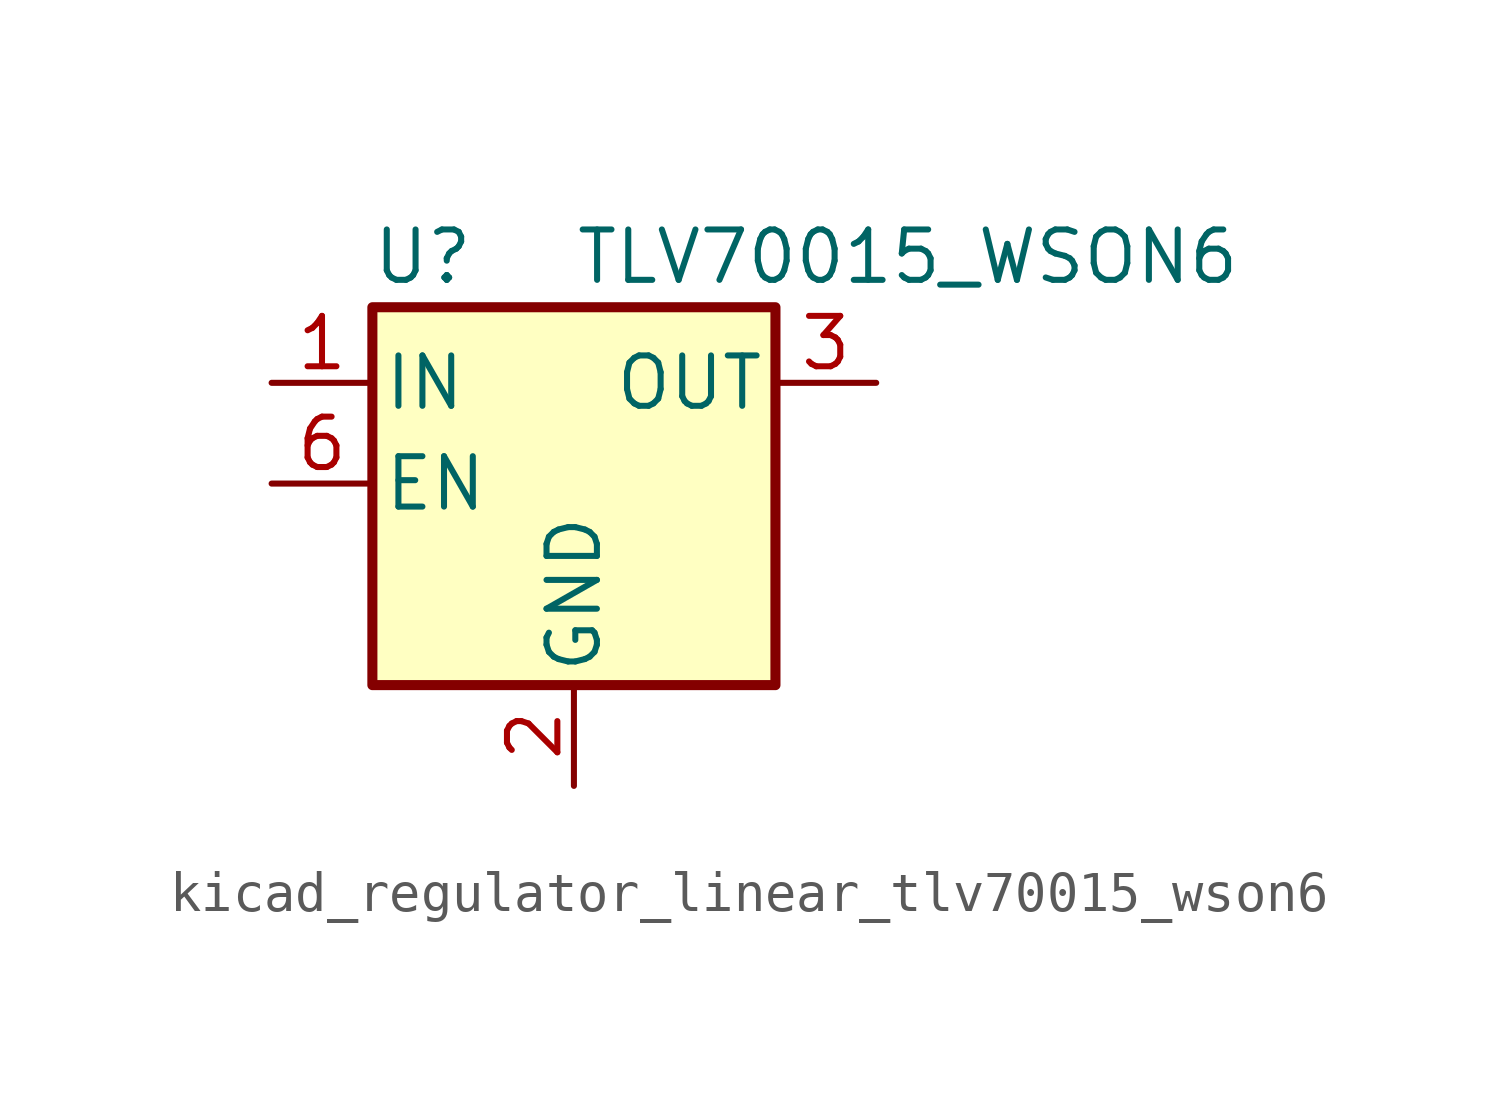
<source format=kicad_sym>
(kicad_symbol_lib
  (version 20220914)
  (generator kicad_symbol_editor)
  (symbol "kicad_regulator_linear_tlv70015_wson6"
    (pin_names
      (offset 0.254))
    (property "Reference" "U"
      (at -3.81 5.715 0)
      (effects (font (size 1.27 1.27))))
    (property "Value" "TLV70015_WSON6"
      (at 0 5.715 0)
      (effects (font (size 1.27 1.27)) (justify left)))
    (symbol "kicad_regulator_linear_tlv70015_wson6_0_1"
      (rectangle (start -5.08 4.445) (end 5.08 -5.08) (stroke (width 0.254) (type default)) (fill (type background))))
    (symbol "kicad_regulator_linear_tlv70015_wson6_1_1"
      (pin power_in line (at -7.62 2.54 0) (length 2.54) (name "IN" (effects (font (size 1.27 1.27)))) (number "1" (effects (font (size 1.27 1.27)))))
      (pin power_in line (at 0 -7.62 90) (length 2.54) (name "GND" (effects (font (size 1.27 1.27)))) (number "2" (effects (font (size 1.27 1.27)))))
      (pin power_out line (at 7.62 2.54 180) (length 2.54) (name "OUT" (effects (font (size 1.27 1.27)))) (number "3" (effects (font (size 1.27 1.27)))))
      (pin no_connect line (at 7.62 0 180) (length 2.54) hide (name "NC" (effects (font (size 1.27 1.27)))) (number "4" (effects (font (size 1.27 1.27)))))
      (pin no_connect line (at -2.54 -5.08 90) (length 2.54) hide (name "NC" (effects (font (size 1.27 1.27)))) (number "5" (effects (font (size 1.27 1.27)))))
      (pin input line (at -7.62 0 0) (length 2.54) (name "EN" (effects (font (size 1.27 1.27)))) (number "6" (effects (font (size 1.27 1.27))))))))
</source>
